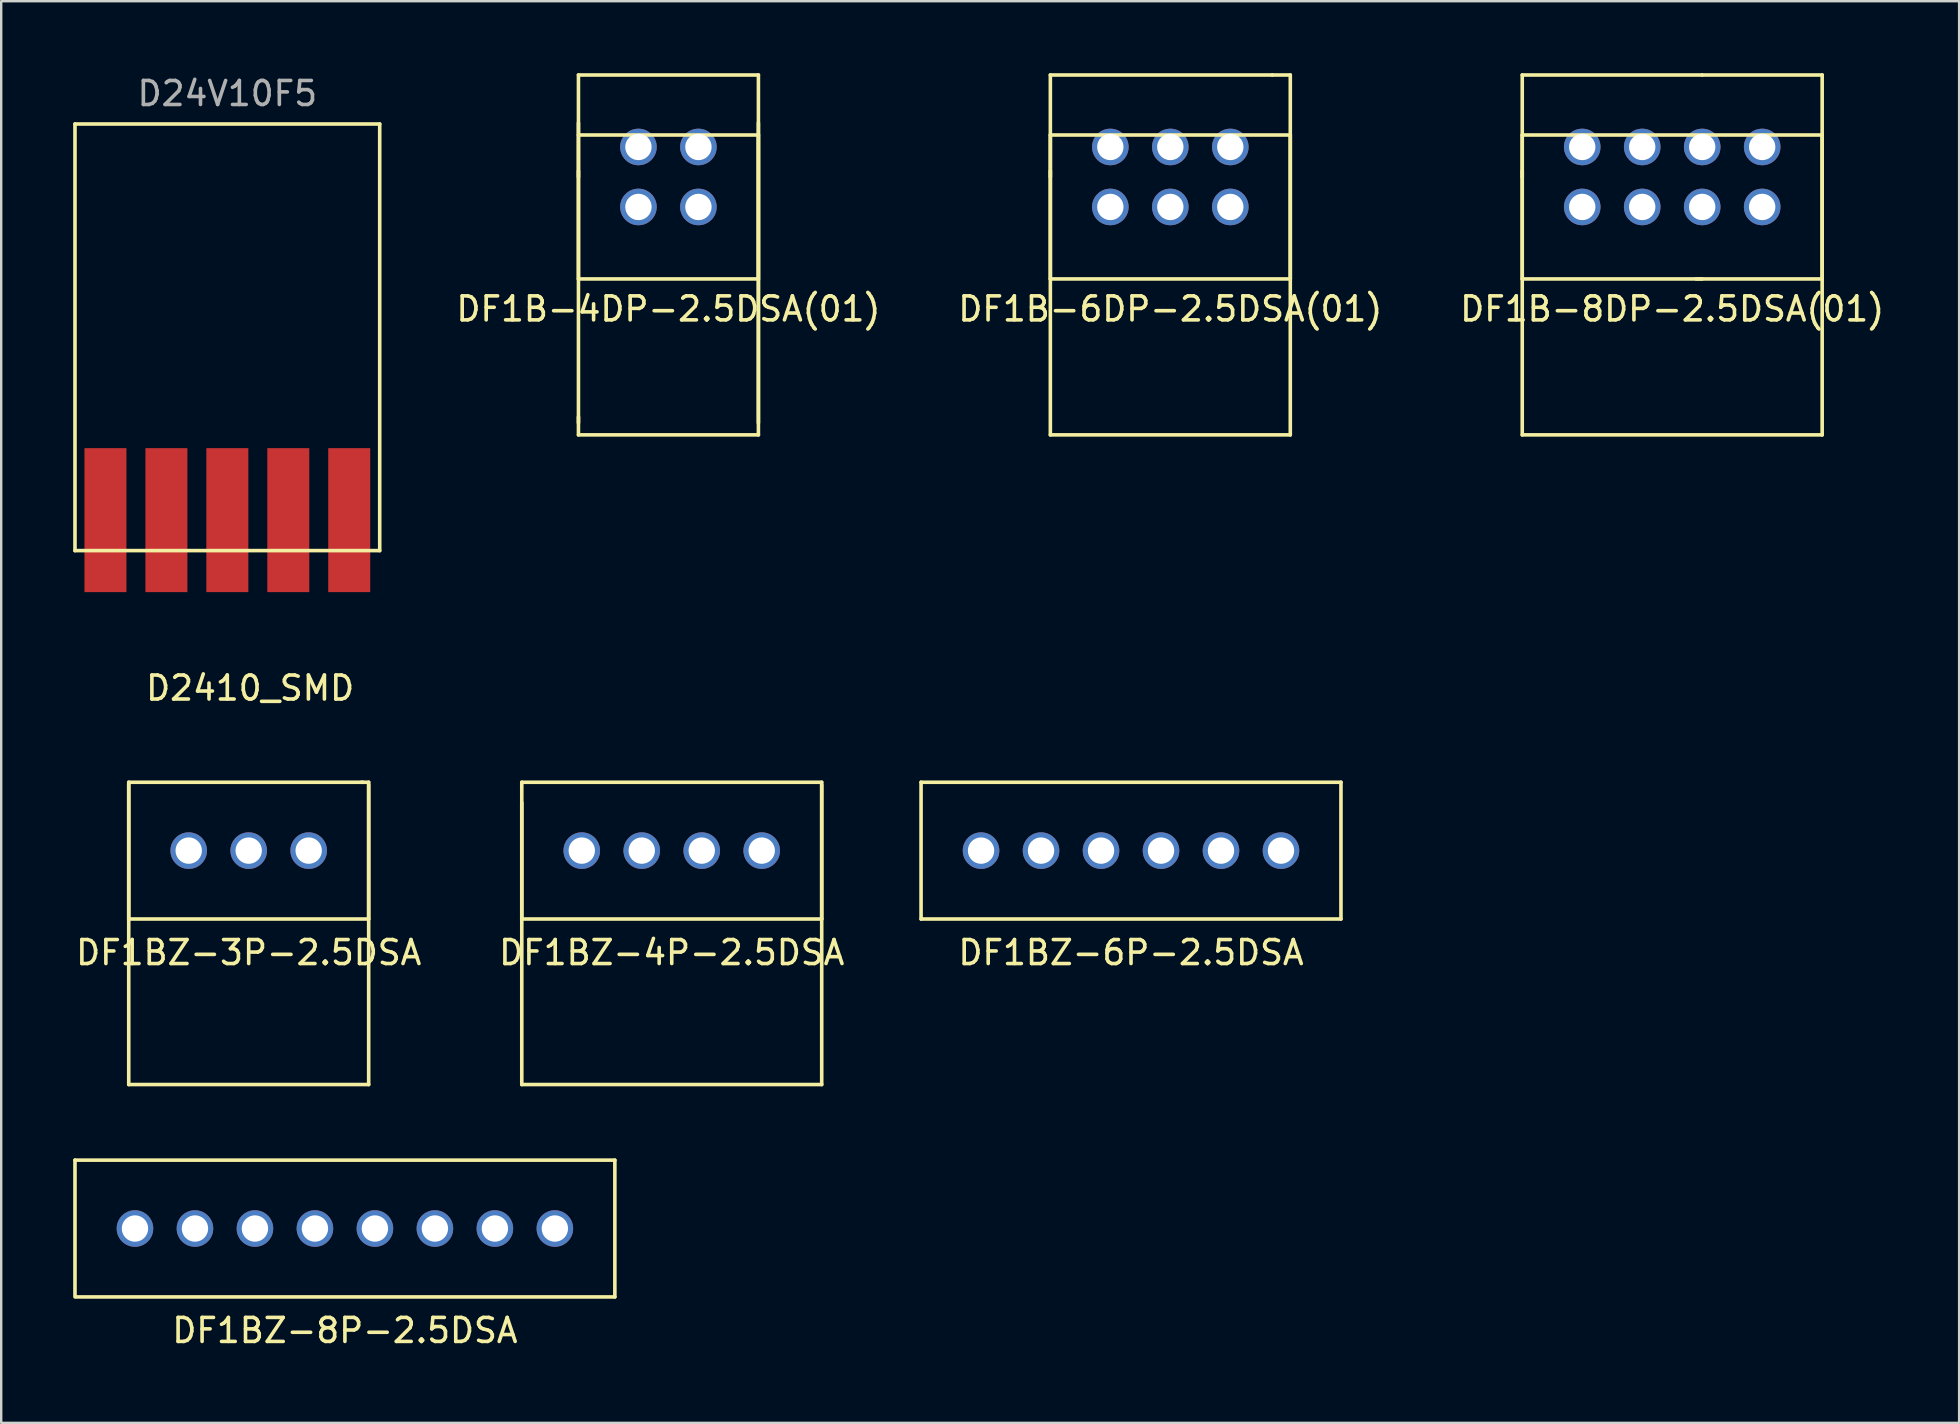
<source format=kicad_pcb>
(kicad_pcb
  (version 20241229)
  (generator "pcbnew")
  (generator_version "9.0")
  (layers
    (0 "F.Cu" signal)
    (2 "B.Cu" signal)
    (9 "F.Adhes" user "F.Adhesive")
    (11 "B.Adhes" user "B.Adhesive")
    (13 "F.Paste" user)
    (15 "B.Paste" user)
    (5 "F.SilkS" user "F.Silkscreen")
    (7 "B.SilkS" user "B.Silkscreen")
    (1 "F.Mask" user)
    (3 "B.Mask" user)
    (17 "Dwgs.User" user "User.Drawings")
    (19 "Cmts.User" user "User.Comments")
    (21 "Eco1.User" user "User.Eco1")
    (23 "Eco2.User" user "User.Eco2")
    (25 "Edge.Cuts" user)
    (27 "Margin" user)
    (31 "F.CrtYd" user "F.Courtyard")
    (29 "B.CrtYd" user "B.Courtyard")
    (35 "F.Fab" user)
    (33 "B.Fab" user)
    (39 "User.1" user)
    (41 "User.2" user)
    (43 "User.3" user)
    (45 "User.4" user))
  (footprint "DF1BZ-6P-2.5DSA"
    (layer "F.Cu")
    (at 44.087 32.401)
    (property "Reference" "DF1BZ-6P-2.5DSA" (at 0 4.25 0) (layer "F.SilkS") (effects (font (size 1 1) (thickness 0.15))))
    (attr through_hole)
    (fp_line (start -8.75 -2.85) (end 8.75 -2.85) (stroke (width 0.15) (type solid)) (layer "F.SilkS"))
    (fp_line (start -8.75 2.85) (end -8.75 -2.85) (stroke (width 0.15) (type solid)) (layer "F.SilkS"))
    (fp_line (start 8.75 -2.85) (end 8.75 2.85) (stroke (width 0.15) (type solid)) (layer "F.SilkS"))
    (fp_line (start 8.75 2.85) (end -8.75 2.85) (stroke (width 0.15) (type solid)) (layer "F.SilkS"))
    (pad "1" thru_hole circle (at -6.25 0) (size 1.524 1.524) (drill 1.1) (layers "*.Cu" "*.Mask"))
    (pad "2" thru_hole circle (at -3.75 0) (size 1.524 1.524) (drill 1.1) (layers "*.Cu" "*.Mask"))
    (pad "3" thru_hole circle (at -1.25 0) (size 1.524 1.524) (drill 1.1) (layers "*.Cu" "*.Mask"))
    (pad "4" thru_hole circle (at 1.25 0) (size 1.524 1.524) (drill 1.1) (layers "*.Cu" "*.Mask"))
    (pad "5" thru_hole circle (at 3.75 0) (size 1.524 1.524) (drill 1.1) (layers "*.Cu" "*.Mask"))
    (pad "6" thru_hole circle (at 6.25 0) (size 1.524 1.524) (drill 1.1) (layers "*.Cu" "*.Mask")))
  (footprint "DF1BZ-3P-2.5DSA"
    (layer "F.Cu")
    (at 7.315 32.401)
    (property "Reference" "DF1BZ-3P-2.5DSA" (at 0 4.25 0) (layer "F.SilkS") (effects (font (size 1 1) (thickness 0.15))))
    (attr through_hole)
    (fp_line (start -5 -2.85) (end 4.75 -2.85) (stroke (width 0.15) (type solid)) (layer "F.SilkS"))
    (fp_line (start -5 2.85) (end -5 -2.85) (stroke (width 0.15) (type solid)) (layer "F.SilkS"))
    (fp_line (start -5 9.75) (end -5 -2.75) (stroke (width 0.15) (type solid)) (layer "F.SilkS"))
    (fp_line (start 4.7 -2.85) (end 5 -2.85) (stroke (width 0.15) (type solid)) (layer "F.SilkS"))
    (fp_line (start 5 -2.85) (end 5 2.85) (stroke (width 0.15) (type solid)) (layer "F.SilkS"))
    (fp_line (start 5 -2.75) (end 5 9.75) (stroke (width 0.15) (type solid)) (layer "F.SilkS"))
    (fp_line (start 5 2.85) (end -5 2.85) (stroke (width 0.15) (type solid)) (layer "F.SilkS"))
    (fp_line (start 5 9.75) (end -5 9.75) (stroke (width 0.15) (type solid)) (layer "F.SilkS"))
    (pad "1" thru_hole circle (at -2.5 0) (size 1.524 1.524) (drill 1.1) (layers "*.Cu" "*.Mask"))
    (pad "2" thru_hole circle (at 0 0) (size 1.524 1.524) (drill 1.1) (layers "*.Cu" "*.Mask"))
    (pad "3" thru_hole circle (at 2.5 0) (size 1.524 1.524) (drill 1.1) (layers "*.Cu" "*.Mask")))
  (footprint "DF1B-8DP-2.5DSA(01)"
    (layer "F.Cu")
    (at 66.642 4.325)
    (property "Reference" "DF1B-8DP-2.5DSA(01)" (at 0 5.5 0) (layer "F.SilkS") (effects (font (size 1 1) (thickness 0.15))))
    (attr through_hole)
    (fp_line (start -6.25 -4.25) (end 1.25 -4.25) (stroke (width 0.15) (type solid)) (layer "F.SilkS"))
    (fp_line (start -6.25 -1.75) (end 6.25 -1.75) (stroke (width 0.15) (type solid)) (layer "F.SilkS"))
    (fp_line (start -6.25 0) (end -6.25 -4.25) (stroke (width 0.15) (type solid)) (layer "F.SilkS"))
    (fp_line (start -6.25 4.25) (end -6.25 -0.25) (stroke (width 0.15) (type solid)) (layer "F.SilkS"))
    (fp_line (start -6.25 10.75) (end -6.25 -1.75) (stroke (width 0.15) (type solid)) (layer "F.SilkS"))
    (fp_line (start 1.25 -4.25) (end 6.25 -4.25) (stroke (width 0.15) (type solid)) (layer "F.SilkS"))
    (fp_line (start 1.25 4.25) (end -6.25 4.25) (stroke (width 0.15) (type solid)) (layer "F.SilkS"))
    (fp_line (start 6.25 -4.25) (end 6.25 4.25) (stroke (width 0.15) (type solid)) (layer "F.SilkS"))
    (fp_line (start 6.25 -1.75) (end 6.25 10.75) (stroke (width 0.15) (type solid)) (layer "F.SilkS"))
    (fp_line (start 6.25 4.25) (end 1 4.25) (stroke (width 0.15) (type solid)) (layer "F.SilkS"))
    (fp_line (start 6.25 10.75) (end -6.25 10.75) (stroke (width 0.15) (type solid)) (layer "F.SilkS"))
    (pad "1" thru_hole circle (at -3.75 1.25) (size 1.524 1.524) (drill 1.1) (layers "*.Cu" "*.Mask"))
    (pad "2" thru_hole circle (at -3.75 -1.25) (size 1.524 1.524) (drill 1.1) (layers "*.Cu" "*.Mask"))
    (pad "3" thru_hole circle (at -1.25 1.25) (size 1.524 1.524) (drill 1.1) (layers "*.Cu" "*.Mask"))
    (pad "4" thru_hole circle (at -1.25 -1.25) (size 1.524 1.524) (drill 1.1) (layers "*.Cu" "*.Mask"))
    (pad "5" thru_hole circle (at 1.25 1.25) (size 1.524 1.524) (drill 1.1) (layers "*.Cu" "*.Mask"))
    (pad "6" thru_hole circle (at 1.25 -1.25) (size 1.524 1.524) (drill 1.1) (layers "*.Cu" "*.Mask"))
    (pad "7" thru_hole circle (at 3.75 1.25) (size 1.524 1.524) (drill 1.1) (layers "*.Cu" "*.Mask"))
    (pad "8" thru_hole circle (at 3.75 -1.25) (size 1.524 1.524) (drill 1.1) (layers "*.Cu" "*.Mask")))
  (footprint "DF1BZ-8P-2.5DSA"
    (layer "F.Cu")
    (at 11.325 48.151)
    (property "Reference" "DF1BZ-8P-2.5DSA" (at 0 4.25 0) (layer "F.SilkS") (effects (font (size 1 1) (thickness 0.15))))
    (attr through_hole)
    (fp_line (start -11.25 -2.85) (end 11.25 -2.85) (stroke (width 0.15) (type solid)) (layer "F.SilkS"))
    (fp_line (start -11.25 2.85) (end -11.25 -2.85) (stroke (width 0.15) (type solid)) (layer "F.SilkS"))
    (fp_line (start 11.25 -2.85) (end 11.25 2.85) (stroke (width 0.15) (type solid)) (layer "F.SilkS"))
    (fp_line (start 11.25 2.85) (end -11.2 2.85) (stroke (width 0.15) (type solid)) (layer "F.SilkS"))
    (pad "1" thru_hole circle (at -8.75 0) (size 1.524 1.524) (drill 1.1) (layers "*.Cu" "*.Mask"))
    (pad "2" thru_hole circle (at -6.25 0) (size 1.524 1.524) (drill 1.1) (layers "*.Cu" "*.Mask"))
    (pad "3" thru_hole circle (at -3.75 0) (size 1.524 1.524) (drill 1.1) (layers "*.Cu" "*.Mask"))
    (pad "4" thru_hole circle (at -1.25 0) (size 1.524 1.524) (drill 1.1) (layers "*.Cu" "*.Mask"))
    (pad "5" thru_hole circle (at 1.25 0) (size 1.524 1.524) (drill 1.1) (layers "*.Cu" "*.Mask"))
    (pad "6" thru_hole circle (at 3.75 0) (size 1.524 1.524) (drill 1.1) (layers "*.Cu" "*.Mask"))
    (pad "7" thru_hole circle (at 6.25 0) (size 1.524 1.524) (drill 1.1) (layers "*.Cu" "*.Mask"))
    (pad "8" thru_hole circle (at 8.75 0) (size 1.524 1.524) (drill 1.1) (layers "*.Cu" "*.Mask")))
  (footprint "DF1B-4DP-2.5DSA(01)"
    (layer "F.Cu")
    (at 24.808 4.325)
    (property "Reference" "DF1B-4DP-2.5DSA(01)" (at 0 5.5 0) (layer "F.SilkS") (effects (font (size 1 1) (thickness 0.15))))
    (attr through_hole)
    (fp_line (start -3.75 -4.25) (end 3.75 -4.25) (stroke (width 0.15) (type solid)) (layer "F.SilkS"))
    (fp_line (start -3.75 -1.75) (end 3.75 -1.75) (stroke (width 0.15) (type solid)) (layer "F.SilkS"))
    (fp_line (start -3.75 0) (end -3.75 -4.25) (stroke (width 0.15) (type solid)) (layer "F.SilkS"))
    (fp_line (start -3.75 4.25) (end -3.75 -0.25) (stroke (width 0.15) (type solid)) (layer "F.SilkS"))
    (fp_line (start -3.75 10.25) (end -3.75 -2.25) (stroke (width 0.15) (type solid)) (layer "F.SilkS"))
    (fp_line (start -3.75 10.75) (end -3.75 10) (stroke (width 0.15) (type solid)) (layer "F.SilkS"))
    (fp_line (start 3.75 -4.25) (end 3.75 4.25) (stroke (width 0.15) (type solid)) (layer "F.SilkS"))
    (fp_line (start 3.75 -2.25) (end 3.75 10.25) (stroke (width 0.15) (type solid)) (layer "F.SilkS"))
    (fp_line (start 3.75 -1.75) (end 3.75 10.75) (stroke (width 0.15) (type solid)) (layer "F.SilkS"))
    (fp_line (start 3.75 4.25) (end -3.75 4.25) (stroke (width 0.15) (type solid)) (layer "F.SilkS"))
    (fp_line (start 3.75 10.75) (end -3.75 10.75) (stroke (width 0.15) (type solid)) (layer "F.SilkS"))
    (pad "1" thru_hole circle (at -1.25 1.25) (size 1.524 1.524) (drill 1.1) (layers "*.Cu" "*.Mask"))
    (pad "2" thru_hole circle (at -1.25 -1.25) (size 1.524 1.524) (drill 1.1) (layers "*.Cu" "*.Mask"))
    (pad "3" thru_hole circle (at 1.25 1.25) (size 1.524 1.524) (drill 1.1) (layers "*.Cu" "*.Mask"))
    (pad "4" thru_hole circle (at 1.25 -1.25) (size 1.524 1.524) (drill 1.1) (layers "*.Cu" "*.Mask")))
  (footprint "DF1BZ-4P-2.5DSA"
    (layer "F.Cu")
    (at 24.946 32.401)
    (property "Reference" "DF1BZ-4P-2.5DSA" (at 0 4.25 0) (layer "F.SilkS") (effects (font (size 1 1) (thickness 0.15))))
    (attr through_hole)
    (fp_line (start -6.25 -2.85) (end 6.25 -2.85) (stroke (width 0.15) (type solid)) (layer "F.SilkS"))
    (fp_line (start -6.25 2.85) (end -6.25 -2.85) (stroke (width 0.15) (type solid)) (layer "F.SilkS"))
    (fp_line (start -6.25 9.75) (end -6.25 -2) (stroke (width 0.15) (type solid)) (layer "F.SilkS"))
    (fp_line (start 6.25 -2.85) (end 6.25 2.85) (stroke (width 0.15) (type solid)) (layer "F.SilkS"))
    (fp_line (start 6.25 -2.75) (end 6.25 9.75) (stroke (width 0.15) (type solid)) (layer "F.SilkS"))
    (fp_line (start 6.25 2.85) (end -6.25 2.85) (stroke (width 0.15) (type solid)) (layer "F.SilkS"))
    (fp_line (start 6.25 9.75) (end -6.25 9.75) (stroke (width 0.15) (type solid)) (layer "F.SilkS"))
    (pad "1" thru_hole circle (at -3.75 0) (size 1.524 1.524) (drill 1.1) (layers "*.Cu" "*.Mask"))
    (pad "2" thru_hole circle (at -1.25 0) (size 1.524 1.524) (drill 1.1) (layers "*.Cu" "*.Mask"))
    (pad "3" thru_hole circle (at 1.25 0) (size 1.524 1.524) (drill 1.1) (layers "*.Cu" "*.Mask"))
    (pad "4" thru_hole circle (at 3.75 0) (size 1.524 1.524) (drill 1.1) (layers "*.Cu" "*.Mask")))
  (footprint "D2410_SMD"
    (layer "F.Cu")
    (at 6.4 18.703)
    (property "Reference" "D2410_SMD" (at 0.975 6.925 0) (layer "F.SilkS") (effects (font (size 1 1) (thickness 0.15))))
    (attr through_hole)
    (fp_line (start -6.325 -16.585) (end 6.375 -16.585) (stroke (width 0.15) (type solid)) (layer "F.SilkS"))
    (fp_line (start -6.325 1.195) (end -6.325 -16.585) (stroke (width 0.15) (type solid)) (layer "F.SilkS"))
    (fp_line (start 6.375 -16.585) (end 6.375 1.195) (stroke (width 0.15) (type solid)) (layer "F.SilkS"))
    (fp_line (start 6.375 1.195) (end -6.325 1.195) (stroke (width 0.15) (type solid)) (layer "F.SilkS"))
    (fp_text user "D24V10F5" (at 0.025 -17.855 0) (layer "F.Fab") (effects (font (size 1 1) (thickness 0.15))))
    (pad "1" smd rect (at -5.055 -0.075) (size 1.75 6) (layers "F.Cu" "F.Mask" "F.Paste"))
    (pad "2" smd rect (at -2.515 -0.075) (size 1.75 6) (layers "F.Cu" "F.Mask" "F.Paste"))
    (pad "3" smd rect (at 0.025 -0.075) (size 1.75 6) (layers "F.Cu" "F.Mask" "F.Paste"))
    (pad "4" smd rect (at 2.565 -0.075) (size 1.75 6) (layers "F.Cu" "F.Mask" "F.Paste"))
    (pad "5" smd rect (at 5.105 -0.075) (size 1.75 6) (layers "F.Cu" "F.Mask" "F.Paste")))
  (footprint "DF1B-6DP-2.5DSA(01)"
    (layer "F.Cu")
    (at 45.725 4.325)
    (property "Reference" "DF1B-6DP-2.5DSA(01)" (at 0 5.5 0) (layer "F.SilkS") (effects (font (size 1 1) (thickness 0.15))))
    (attr through_hole)
    (fp_line (start -5 -4.25) (end 4.25 -4.25) (stroke (width 0.15) (type solid)) (layer "F.SilkS"))
    (fp_line (start -5 -1.75) (end 5 -1.75) (stroke (width 0.15) (type solid)) (layer "F.SilkS"))
    (fp_line (start -5 0) (end -5 -4.25) (stroke (width 0.15) (type solid)) (layer "F.SilkS"))
    (fp_line (start -5 4.25) (end -5 -0.25) (stroke (width 0.15) (type solid)) (layer "F.SilkS"))
    (fp_line (start -5 10.75) (end -5 -1.75) (stroke (width 0.15) (type solid)) (layer "F.SilkS"))
    (fp_line (start 4.25 -4.25) (end 5 -4.25) (stroke (width 0.15) (type solid)) (layer "F.SilkS"))
    (fp_line (start 5 -4.25) (end 5 4.25) (stroke (width 0.15) (type solid)) (layer "F.SilkS"))
    (fp_line (start 5 -1.75) (end 5 10.75) (stroke (width 0.15) (type solid)) (layer "F.SilkS"))
    (fp_line (start 5 4.25) (end -5 4.25) (stroke (width 0.15) (type solid)) (layer "F.SilkS"))
    (fp_line (start 5 10.75) (end -5 10.75) (stroke (width 0.15) (type solid)) (layer "F.SilkS"))
    (pad "1" thru_hole circle (at -2.5 1.25) (size 1.524 1.524) (drill 1.1) (layers "*.Cu" "*.Mask"))
    (pad "2" thru_hole circle (at -2.5 -1.25) (size 1.524 1.524) (drill 1.1) (layers "*.Cu" "*.Mask"))
    (pad "3" thru_hole circle (at 0 1.25) (size 1.524 1.524) (drill 1.1) (layers "*.Cu" "*.Mask"))
    (pad "4" thru_hole circle (at 0 -1.25) (size 1.524 1.524) (drill 1.1) (layers "*.Cu" "*.Mask"))
    (pad "5" thru_hole circle (at 2.5 1.25) (size 1.524 1.524) (drill 1.1) (layers "*.Cu" "*.Mask"))
    (pad "6" thru_hole circle (at 2.5 -1.25) (size 1.524 1.524) (drill 1.1) (layers "*.Cu" "*.Mask")))
  (gr_rect
    (start -3 -3)
    (end 78.6 56.25)
    (stroke (width 0.1) (type default))
    (fill no)
    (layer "Edge.Cuts")))
</source>
